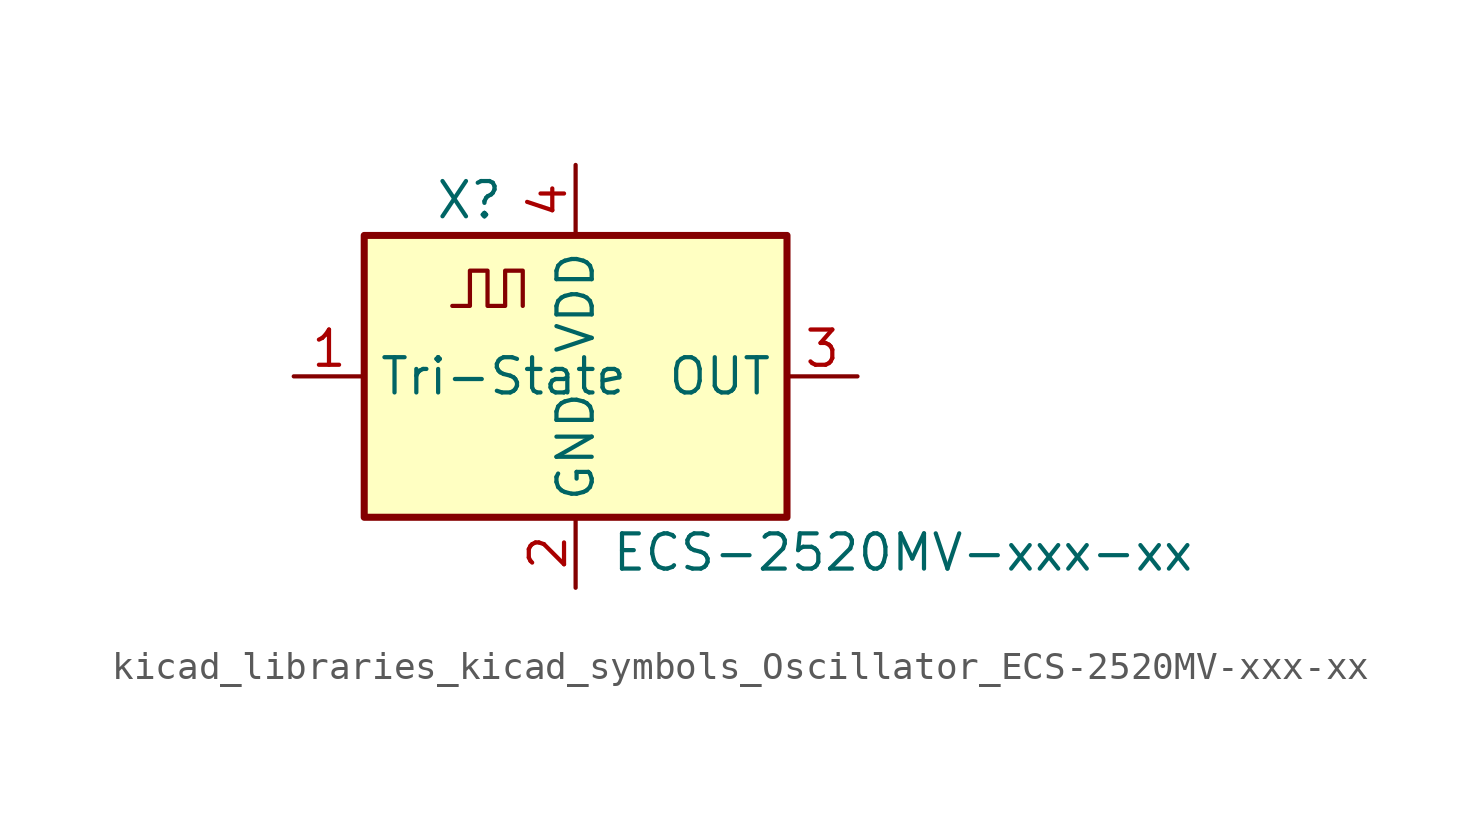
<source format=kicad_sym>
(kicad_symbol_lib
  (version 20220914)
  (generator kicad_symbol_editor)
  (symbol "kicad_libraries_kicad_symbols_Oscillator_ECS-2520MV-xxx-xx"
    (property "Reference" "X"
      (at -5.08 6.35 0)
      (effects (font (size 1.27 1.27)) (justify left)))
    (property "Value" "ECS-2520MV-xxx-xx"
      (at 1.27 -6.35 0)
      (effects (font (size 1.27 1.27)) (justify left)))
    (symbol "kicad_libraries_kicad_symbols_Oscillator_ECS-2520MV-xxx-xx_0_1"
      (rectangle (start -7.62 5.08) (end 7.62 -5.08) (stroke (width 0.254) (type default)) (fill (type background)))
      (polyline (pts (xy -4.445 2.54) (xy -3.81 2.54) (xy -3.81 3.81) (xy -3.175 3.81) (xy -3.175 2.54) (xy -2.54 2.54) (xy -2.54 3.81) (xy -1.905 3.81) (xy -1.905 2.54)) (stroke (width 0) (type default)) (fill (type none))))
    (symbol "kicad_libraries_kicad_symbols_Oscillator_ECS-2520MV-xxx-xx_1_1"
      (pin input line (at -10.16 0 0) (length 2.54) (name "Tri-State" (effects (font (size 1.27 1.27)))) (number "1" (effects (font (size 1.27 1.27)))))
      (pin power_in line (at 0 -7.62 90) (length 2.54) (name "GND" (effects (font (size 1.27 1.27)))) (number "2" (effects (font (size 1.27 1.27)))))
      (pin output line (at 10.16 0 180) (length 2.54) (name "OUT" (effects (font (size 1.27 1.27)))) (number "3" (effects (font (size 1.27 1.27)))))
      (pin power_in line (at 0 7.62 270) (length 2.54) (name "VDD" (effects (font (size 1.27 1.27)))) (number "4" (effects (font (size 1.27 1.27))))))))
</source>
